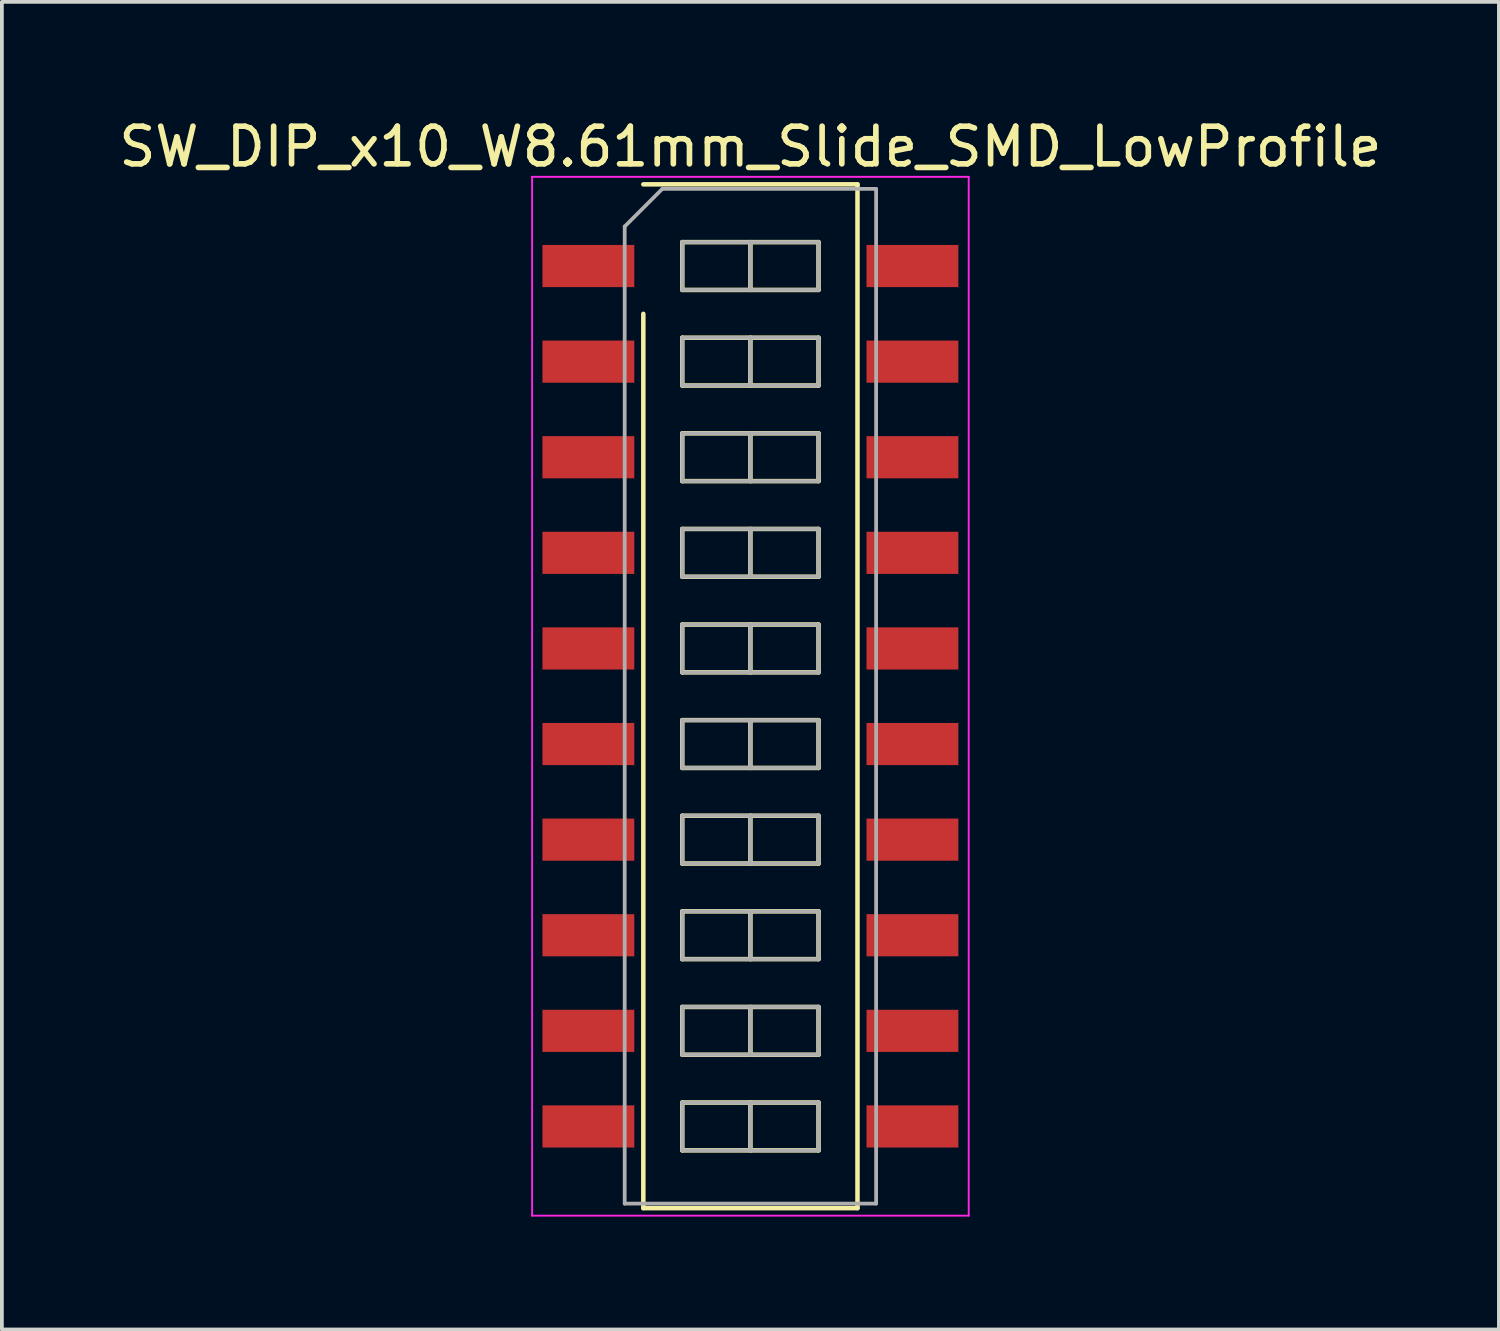
<source format=kicad_pcb>
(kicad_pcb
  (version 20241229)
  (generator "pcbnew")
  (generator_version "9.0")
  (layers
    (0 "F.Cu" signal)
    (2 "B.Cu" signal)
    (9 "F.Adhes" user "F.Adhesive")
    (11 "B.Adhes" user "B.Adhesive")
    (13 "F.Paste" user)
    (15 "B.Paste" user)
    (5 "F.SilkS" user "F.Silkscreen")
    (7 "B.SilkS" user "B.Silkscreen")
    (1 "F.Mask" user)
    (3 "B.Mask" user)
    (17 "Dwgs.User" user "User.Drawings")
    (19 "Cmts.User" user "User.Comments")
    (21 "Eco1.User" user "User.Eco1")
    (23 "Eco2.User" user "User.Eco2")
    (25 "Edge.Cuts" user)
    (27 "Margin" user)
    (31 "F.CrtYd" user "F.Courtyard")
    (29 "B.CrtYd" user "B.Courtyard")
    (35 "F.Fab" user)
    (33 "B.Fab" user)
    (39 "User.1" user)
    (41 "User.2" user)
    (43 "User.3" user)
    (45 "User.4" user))
  (footprint "SW_DIP_x10_W8.61mm_Slide_SMD_LowProfile"
    (layer "F.Cu")
    (at 16.887 15.448)
    (property "Reference" "SW_DIP_x10_W8.61mm_Slide_SMD_LowProfile" (at 0 -14.6 0) (layer "F.SilkS") (effects (font (size 1 1) (thickness 0.15))))
    (attr smd)
    (fp_line (start -2.845 -13.6) (end 2.845 -13.6) (stroke (width 0.12) (type solid)) (layer "F.SilkS"))
    (fp_line (start -2.845 13.6) (end -2.845 -10.16) (stroke (width 0.12) (type solid)) (layer "F.SilkS"))
    (fp_line (start -1.81 -12.065) (end -1.81 -10.795) (stroke (width 0.12) (type solid)) (layer "F.SilkS"))
    (fp_line (start -1.81 -10.795) (end 1.81 -10.795) (stroke (width 0.12) (type solid)) (layer "F.SilkS"))
    (fp_line (start -1.81 -9.525) (end -1.81 -8.255) (stroke (width 0.12) (type solid)) (layer "F.SilkS"))
    (fp_line (start -1.81 -8.255) (end 1.81 -8.255) (stroke (width 0.12) (type solid)) (layer "F.SilkS"))
    (fp_line (start -1.81 -6.985) (end -1.81 -5.715) (stroke (width 0.12) (type solid)) (layer "F.SilkS"))
    (fp_line (start -1.81 -5.715) (end 1.81 -5.715) (stroke (width 0.12) (type solid)) (layer "F.SilkS"))
    (fp_line (start -1.81 -4.445) (end -1.81 -3.175) (stroke (width 0.12) (type solid)) (layer "F.SilkS"))
    (fp_line (start -1.81 -3.175) (end 1.81 -3.175) (stroke (width 0.12) (type solid)) (layer "F.SilkS"))
    (fp_line (start -1.81 -1.905) (end -1.81 -0.635) (stroke (width 0.12) (type solid)) (layer "F.SilkS"))
    (fp_line (start -1.81 -0.635) (end 1.81 -0.635) (stroke (width 0.12) (type solid)) (layer "F.SilkS"))
    (fp_line (start -1.81 0.635) (end -1.81 1.905) (stroke (width 0.12) (type solid)) (layer "F.SilkS"))
    (fp_line (start -1.81 1.905) (end 1.81 1.905) (stroke (width 0.12) (type solid)) (layer "F.SilkS"))
    (fp_line (start -1.81 3.175) (end -1.81 4.445) (stroke (width 0.12) (type solid)) (layer "F.SilkS"))
    (fp_line (start -1.81 4.445) (end 1.81 4.445) (stroke (width 0.12) (type solid)) (layer "F.SilkS"))
    (fp_line (start -1.81 5.715) (end -1.81 6.985) (stroke (width 0.12) (type solid)) (layer "F.SilkS"))
    (fp_line (start -1.81 6.985) (end 1.81 6.985) (stroke (width 0.12) (type solid)) (layer "F.SilkS"))
    (fp_line (start -1.81 8.255) (end -1.81 9.525) (stroke (width 0.12) (type solid)) (layer "F.SilkS"))
    (fp_line (start -1.81 9.525) (end 1.81 9.525) (stroke (width 0.12) (type solid)) (layer "F.SilkS"))
    (fp_line (start -1.81 10.795) (end -1.81 12.065) (stroke (width 0.12) (type solid)) (layer "F.SilkS"))
    (fp_line (start -1.81 12.065) (end 1.81 12.065) (stroke (width 0.12) (type solid)) (layer "F.SilkS"))
    (fp_line (start 0 -12.065) (end 0 -10.795) (stroke (width 0.12) (type solid)) (layer "F.SilkS"))
    (fp_line (start 0 -9.525) (end 0 -8.255) (stroke (width 0.12) (type solid)) (layer "F.SilkS"))
    (fp_line (start 0 -6.985) (end 0 -5.715) (stroke (width 0.12) (type solid)) (layer "F.SilkS"))
    (fp_line (start 0 -4.445) (end 0 -3.175) (stroke (width 0.12) (type solid)) (layer "F.SilkS"))
    (fp_line (start 0 -1.905) (end 0 -0.635) (stroke (width 0.12) (type solid)) (layer "F.SilkS"))
    (fp_line (start 0 0.635) (end 0 1.905) (stroke (width 0.12) (type solid)) (layer "F.SilkS"))
    (fp_line (start 0 3.175) (end 0 4.445) (stroke (width 0.12) (type solid)) (layer "F.SilkS"))
    (fp_line (start 0 5.715) (end 0 6.985) (stroke (width 0.12) (type solid)) (layer "F.SilkS"))
    (fp_line (start 0 8.255) (end 0 9.525) (stroke (width 0.12) (type solid)) (layer "F.SilkS"))
    (fp_line (start 0 10.795) (end 0 12.065) (stroke (width 0.12) (type solid)) (layer "F.SilkS"))
    (fp_line (start 1.81 -12.065) (end -1.81 -12.065) (stroke (width 0.12) (type solid)) (layer "F.SilkS"))
    (fp_line (start 1.81 -10.795) (end 1.81 -12.065) (stroke (width 0.12) (type solid)) (layer "F.SilkS"))
    (fp_line (start 1.81 -9.525) (end -1.81 -9.525) (stroke (width 0.12) (type solid)) (layer "F.SilkS"))
    (fp_line (start 1.81 -8.255) (end 1.81 -9.525) (stroke (width 0.12) (type solid)) (layer "F.SilkS"))
    (fp_line (start 1.81 -6.985) (end -1.81 -6.985) (stroke (width 0.12) (type solid)) (layer "F.SilkS"))
    (fp_line (start 1.81 -5.715) (end 1.81 -6.985) (stroke (width 0.12) (type solid)) (layer "F.SilkS"))
    (fp_line (start 1.81 -4.445) (end -1.81 -4.445) (stroke (width 0.12) (type solid)) (layer "F.SilkS"))
    (fp_line (start 1.81 -3.175) (end 1.81 -4.445) (stroke (width 0.12) (type solid)) (layer "F.SilkS"))
    (fp_line (start 1.81 -1.905) (end -1.81 -1.905) (stroke (width 0.12) (type solid)) (layer "F.SilkS"))
    (fp_line (start 1.81 -0.635) (end 1.81 -1.905) (stroke (width 0.12) (type solid)) (layer "F.SilkS"))
    (fp_line (start 1.81 0.635) (end -1.81 0.635) (stroke (width 0.12) (type solid)) (layer "F.SilkS"))
    (fp_line (start 1.81 1.905) (end 1.81 0.635) (stroke (width 0.12) (type solid)) (layer "F.SilkS"))
    (fp_line (start 1.81 3.175) (end -1.81 3.175) (stroke (width 0.12) (type solid)) (layer "F.SilkS"))
    (fp_line (start 1.81 4.445) (end 1.81 3.175) (stroke (width 0.12) (type solid)) (layer "F.SilkS"))
    (fp_line (start 1.81 5.715) (end -1.81 5.715) (stroke (width 0.12) (type solid)) (layer "F.SilkS"))
    (fp_line (start 1.81 6.985) (end 1.81 5.715) (stroke (width 0.12) (type solid)) (layer "F.SilkS"))
    (fp_line (start 1.81 8.255) (end -1.81 8.255) (stroke (width 0.12) (type solid)) (layer "F.SilkS"))
    (fp_line (start 1.81 9.525) (end 1.81 8.255) (stroke (width 0.12) (type solid)) (layer "F.SilkS"))
    (fp_line (start 1.81 10.795) (end -1.81 10.795) (stroke (width 0.12) (type solid)) (layer "F.SilkS"))
    (fp_line (start 1.81 12.065) (end 1.81 10.795) (stroke (width 0.12) (type solid)) (layer "F.SilkS"))
    (fp_line (start 2.845 -13.6) (end 2.845 13.6) (stroke (width 0.12) (type solid)) (layer "F.SilkS"))
    (fp_line (start 2.845 13.6) (end -2.845 13.6) (stroke (width 0.12) (type solid)) (layer "F.SilkS"))
    (fp_line (start -5.8 -13.8) (end -5.8 13.8) (stroke (width 0.05) (type solid)) (layer "F.CrtYd"))
    (fp_line (start -5.8 13.8) (end 5.8 13.8) (stroke (width 0.05) (type solid)) (layer "F.CrtYd"))
    (fp_line (start 5.8 -13.8) (end -5.8 -13.8) (stroke (width 0.05) (type solid)) (layer "F.CrtYd"))
    (fp_line (start 5.8 13.8) (end 5.8 -13.8) (stroke (width 0.05) (type solid)) (layer "F.CrtYd"))
    (fp_line (start -3.34 -12.48) (end -2.34 -13.48) (stroke (width 0.1) (type solid)) (layer "F.Fab"))
    (fp_line (start -3.34 13.48) (end -3.34 -12.48) (stroke (width 0.1) (type solid)) (layer "F.Fab"))
    (fp_line (start -2.34 -13.48) (end 3.34 -13.48) (stroke (width 0.1) (type solid)) (layer "F.Fab"))
    (fp_line (start -1.81 -12.065) (end -1.81 -10.795) (stroke (width 0.1) (type solid)) (layer "F.Fab"))
    (fp_line (start -1.81 -10.795) (end 1.81 -10.795) (stroke (width 0.1) (type solid)) (layer "F.Fab"))
    (fp_line (start -1.81 -9.525) (end -1.81 -8.255) (stroke (width 0.1) (type solid)) (layer "F.Fab"))
    (fp_line (start -1.81 -8.255) (end 1.81 -8.255) (stroke (width 0.1) (type solid)) (layer "F.Fab"))
    (fp_line (start -1.81 -6.985) (end -1.81 -5.715) (stroke (width 0.1) (type solid)) (layer "F.Fab"))
    (fp_line (start -1.81 -5.715) (end 1.81 -5.715) (stroke (width 0.1) (type solid)) (layer "F.Fab"))
    (fp_line (start -1.81 -4.445) (end -1.81 -3.175) (stroke (width 0.1) (type solid)) (layer "F.Fab"))
    (fp_line (start -1.81 -3.175) (end 1.81 -3.175) (stroke (width 0.1) (type solid)) (layer "F.Fab"))
    (fp_line (start -1.81 -1.905) (end -1.81 -0.635) (stroke (width 0.1) (type solid)) (layer "F.Fab"))
    (fp_line (start -1.81 -0.635) (end 1.81 -0.635) (stroke (width 0.1) (type solid)) (layer "F.Fab"))
    (fp_line (start -1.81 0.635) (end -1.81 1.905) (stroke (width 0.1) (type solid)) (layer "F.Fab"))
    (fp_line (start -1.81 1.905) (end 1.81 1.905) (stroke (width 0.1) (type solid)) (layer "F.Fab"))
    (fp_line (start -1.81 3.175) (end -1.81 4.445) (stroke (width 0.1) (type solid)) (layer "F.Fab"))
    (fp_line (start -1.81 4.445) (end 1.81 4.445) (stroke (width 0.1) (type solid)) (layer "F.Fab"))
    (fp_line (start -1.81 5.715) (end -1.81 6.985) (stroke (width 0.1) (type solid)) (layer "F.Fab"))
    (fp_line (start -1.81 6.985) (end 1.81 6.985) (stroke (width 0.1) (type solid)) (layer "F.Fab"))
    (fp_line (start -1.81 8.255) (end -1.81 9.525) (stroke (width 0.1) (type solid)) (layer "F.Fab"))
    (fp_line (start -1.81 9.525) (end 1.81 9.525) (stroke (width 0.1) (type solid)) (layer "F.Fab"))
    (fp_line (start -1.81 10.795) (end -1.81 12.065) (stroke (width 0.1) (type solid)) (layer "F.Fab"))
    (fp_line (start -1.81 12.065) (end 1.81 12.065) (stroke (width 0.1) (type solid)) (layer "F.Fab"))
    (fp_line (start 0 -12.065) (end 0 -10.795) (stroke (width 0.1) (type solid)) (layer "F.Fab"))
    (fp_line (start 0 -9.525) (end 0 -8.255) (stroke (width 0.1) (type solid)) (layer "F.Fab"))
    (fp_line (start 0 -6.985) (end 0 -5.715) (stroke (width 0.1) (type solid)) (layer "F.Fab"))
    (fp_line (start 0 -4.445) (end 0 -3.175) (stroke (width 0.1) (type solid)) (layer "F.Fab"))
    (fp_line (start 0 -1.905) (end 0 -0.635) (stroke (width 0.1) (type solid)) (layer "F.Fab"))
    (fp_line (start 0 0.635) (end 0 1.905) (stroke (width 0.1) (type solid)) (layer "F.Fab"))
    (fp_line (start 0 3.175) (end 0 4.445) (stroke (width 0.1) (type solid)) (layer "F.Fab"))
    (fp_line (start 0 5.715) (end 0 6.985) (stroke (width 0.1) (type solid)) (layer "F.Fab"))
    (fp_line (start 0 8.255) (end 0 9.525) (stroke (width 0.1) (type solid)) (layer "F.Fab"))
    (fp_line (start 0 10.795) (end 0 12.065) (stroke (width 0.1) (type solid)) (layer "F.Fab"))
    (fp_line (start 1.81 -12.065) (end -1.81 -12.065) (stroke (width 0.1) (type solid)) (layer "F.Fab"))
    (fp_line (start 1.81 -10.795) (end 1.81 -12.065) (stroke (width 0.1) (type solid)) (layer "F.Fab"))
    (fp_line (start 1.81 -9.525) (end -1.81 -9.525) (stroke (width 0.1) (type solid)) (layer "F.Fab"))
    (fp_line (start 1.81 -8.255) (end 1.81 -9.525) (stroke (width 0.1) (type solid)) (layer "F.Fab"))
    (fp_line (start 1.81 -6.985) (end -1.81 -6.985) (stroke (width 0.1) (type solid)) (layer "F.Fab"))
    (fp_line (start 1.81 -5.715) (end 1.81 -6.985) (stroke (width 0.1) (type solid)) (layer "F.Fab"))
    (fp_line (start 1.81 -4.445) (end -1.81 -4.445) (stroke (width 0.1) (type solid)) (layer "F.Fab"))
    (fp_line (start 1.81 -3.175) (end 1.81 -4.445) (stroke (width 0.1) (type solid)) (layer "F.Fab"))
    (fp_line (start 1.81 -1.905) (end -1.81 -1.905) (stroke (width 0.1) (type solid)) (layer "F.Fab"))
    (fp_line (start 1.81 -0.635) (end 1.81 -1.905) (stroke (width 0.1) (type solid)) (layer "F.Fab"))
    (fp_line (start 1.81 0.635) (end -1.81 0.635) (stroke (width 0.1) (type solid)) (layer "F.Fab"))
    (fp_line (start 1.81 1.905) (end 1.81 0.635) (stroke (width 0.1) (type solid)) (layer "F.Fab"))
    (fp_line (start 1.81 3.175) (end -1.81 3.175) (stroke (width 0.1) (type solid)) (layer "F.Fab"))
    (fp_line (start 1.81 4.445) (end 1.81 3.175) (stroke (width 0.1) (type solid)) (layer "F.Fab"))
    (fp_line (start 1.81 5.715) (end -1.81 5.715) (stroke (width 0.1) (type solid)) (layer "F.Fab"))
    (fp_line (start 1.81 6.985) (end 1.81 5.715) (stroke (width 0.1) (type solid)) (layer "F.Fab"))
    (fp_line (start 1.81 8.255) (end -1.81 8.255) (stroke (width 0.1) (type solid)) (layer "F.Fab"))
    (fp_line (start 1.81 9.525) (end 1.81 8.255) (stroke (width 0.1) (type solid)) (layer "F.Fab"))
    (fp_line (start 1.81 10.795) (end -1.81 10.795) (stroke (width 0.1) (type solid)) (layer "F.Fab"))
    (fp_line (start 1.81 12.065) (end 1.81 10.795) (stroke (width 0.1) (type solid)) (layer "F.Fab"))
    (fp_line (start 3.34 -13.48) (end 3.34 13.48) (stroke (width 0.1) (type solid)) (layer "F.Fab"))
    (fp_line (start 3.34 13.48) (end -3.34 13.48) (stroke (width 0.1) (type solid)) (layer "F.Fab"))
    (pad "1" smd rect (at -4.305 -11.43) (size 2.44 1.12) (layers "F.Cu" "F.Mask"))
    (pad "2" smd rect (at -4.305 -8.89) (size 2.44 1.12) (layers "F.Cu" "F.Mask"))
    (pad "3" smd rect (at -4.305 -6.35) (size 2.44 1.12) (layers "F.Cu" "F.Mask"))
    (pad "4" smd rect (at -4.305 -3.81) (size 2.44 1.12) (layers "F.Cu" "F.Mask"))
    (pad "5" smd rect (at -4.305 -1.27) (size 2.44 1.12) (layers "F.Cu" "F.Mask"))
    (pad "6" smd rect (at -4.305 1.27) (size 2.44 1.12) (layers "F.Cu" "F.Mask"))
    (pad "7" smd rect (at -4.305 3.81) (size 2.44 1.12) (layers "F.Cu" "F.Mask"))
    (pad "8" smd rect (at -4.305 6.35) (size 2.44 1.12) (layers "F.Cu" "F.Mask"))
    (pad "9" smd rect (at -4.305 8.89) (size 2.44 1.12) (layers "F.Cu" "F.Mask"))
    (pad "10" smd rect (at -4.305 11.43) (size 2.44 1.12) (layers "F.Cu" "F.Mask"))
    (pad "11" smd rect (at 4.305 11.43) (size 2.44 1.12) (layers "F.Cu" "F.Mask"))
    (pad "12" smd rect (at 4.305 8.89) (size 2.44 1.12) (layers "F.Cu" "F.Mask"))
    (pad "13" smd rect (at 4.305 6.35) (size 2.44 1.12) (layers "F.Cu" "F.Mask"))
    (pad "14" smd rect (at 4.305 3.81) (size 2.44 1.12) (layers "F.Cu" "F.Mask"))
    (pad "15" smd rect (at 4.305 1.27) (size 2.44 1.12) (layers "F.Cu" "F.Mask"))
    (pad "16" smd rect (at 4.305 -1.27) (size 2.44 1.12) (layers "F.Cu" "F.Mask"))
    (pad "17" smd rect (at 4.305 -3.81) (size 2.44 1.12) (layers "F.Cu" "F.Mask"))
    (pad "18" smd rect (at 4.305 -6.35) (size 2.44 1.12) (layers "F.Cu" "F.Mask"))
    (pad "19" smd rect (at 4.305 -8.89) (size 2.44 1.12) (layers "F.Cu" "F.Mask"))
    (pad "20" smd rect (at 4.305 -11.43) (size 2.44 1.12) (layers "F.Cu" "F.Mask")))
  (gr_rect
    (start -3 -3)
    (end 36.774 32.273)
    (stroke (width 0.1) (type default))
    (fill no)
    (layer "Edge.Cuts")))
</source>
